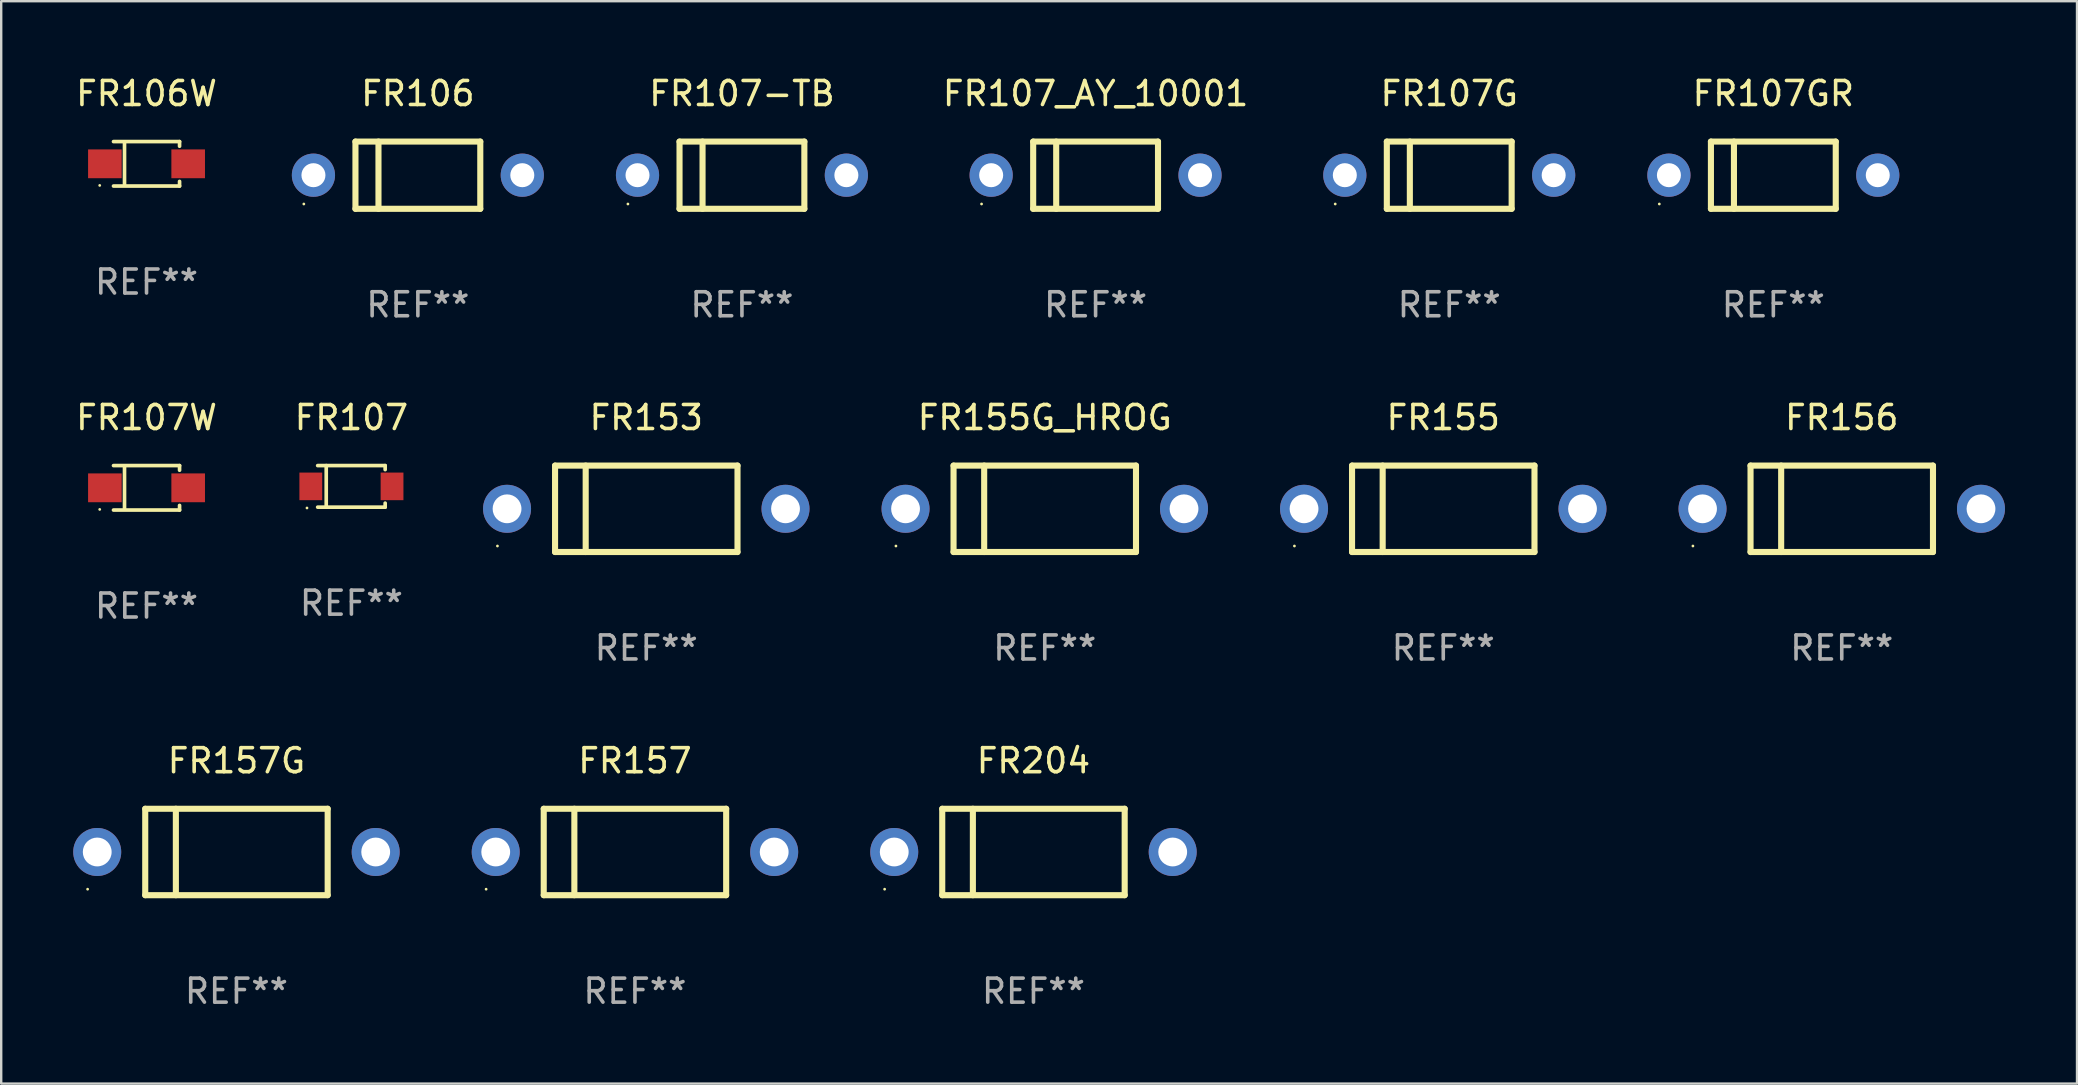
<source format=kicad_pcb>
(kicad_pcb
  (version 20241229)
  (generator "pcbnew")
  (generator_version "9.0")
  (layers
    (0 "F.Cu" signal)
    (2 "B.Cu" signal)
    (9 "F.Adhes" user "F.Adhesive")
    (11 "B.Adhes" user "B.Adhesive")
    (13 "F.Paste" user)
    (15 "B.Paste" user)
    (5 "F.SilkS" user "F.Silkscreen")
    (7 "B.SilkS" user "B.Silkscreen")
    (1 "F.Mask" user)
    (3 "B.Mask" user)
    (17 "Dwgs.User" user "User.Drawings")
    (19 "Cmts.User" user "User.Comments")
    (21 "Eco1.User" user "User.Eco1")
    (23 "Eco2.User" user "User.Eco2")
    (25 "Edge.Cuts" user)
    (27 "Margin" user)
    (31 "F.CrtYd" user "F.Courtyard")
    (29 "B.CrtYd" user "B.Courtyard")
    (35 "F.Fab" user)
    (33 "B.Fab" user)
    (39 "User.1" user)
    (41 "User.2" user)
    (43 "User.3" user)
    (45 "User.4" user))
  (footprint "FR153"
    (layer "F.Cu")
    (at 23.872 18.145)
    (property "Reference" "FR153" (at 0 -3.8 0) (layer "F.SilkS") (effects (font (size 1 1) (thickness 0.15))))
    (attr through_hole)
    (fp_line (start -3.8 -1.8) (end -3.8 1.8) (stroke (width 0.254) (type solid)) (layer "F.SilkS"))
    (fp_line (start -3.8 -1.8) (end 3.8 -1.8) (stroke (width 0.254) (type solid)) (layer "F.SilkS"))
    (fp_line (start -3.8 1.8) (end 3.8 1.8) (stroke (width 0.254) (type solid)) (layer "F.SilkS"))
    (fp_line (start -2.524 -1.8) (end -2.524 1.8) (stroke (width 0.254) (type solid)) (layer "F.SilkS"))
    (fp_line (start 3.8 -1.8) (end 3.8 1.8) (stroke (width 0.254) (type solid)) (layer "F.SilkS"))
    (fp_circle (center -6.2 1.55) (end -6.17 1.55) (stroke (width 0.06) (type solid)) (fill no) (layer "F.SilkS"))
    (fp_text user "REF**" (at 0 5.8 0) (layer "F.Fab") (effects (font (size 1 1) (thickness 0.15))))
    (pad "1" thru_hole circle (at -5.8 0) (size 2 2) (drill 1.2) (layers "*.Cu" "*.Mask"))
    (pad "2" thru_hole circle (at 5.8 0) (size 2 2) (drill 1.2) (layers "*.Cu" "*.Mask")))
  (footprint "FR107G"
    (layer "F.Cu")
    (at 57.321 4.248)
    (property "Reference" "FR107G" (at 0 -3.4 0) (layer "F.SilkS") (effects (font (size 1 1) (thickness 0.15))))
    (attr through_hole)
    (fp_line (start -2.6 -1.4) (end -2.6 1.4) (stroke (width 0.254) (type solid)) (layer "F.SilkS"))
    (fp_line (start -2.6 -1.4) (end 2.6 -1.4) (stroke (width 0.254) (type solid)) (layer "F.SilkS"))
    (fp_line (start -2.6 1.4) (end 2.6 1.4) (stroke (width 0.254) (type solid)) (layer "F.SilkS"))
    (fp_line (start -1.641 -1.4) (end -1.641 1.4) (stroke (width 0.254) (type solid)) (layer "F.SilkS"))
    (fp_line (start 2.6 -1.4) (end 2.6 1.4) (stroke (width 0.254) (type solid)) (layer "F.SilkS"))
    (fp_circle (center -4.75 1.2) (end -4.72 1.2) (stroke (width 0.06) (type solid)) (fill no) (layer "F.SilkS"))
    (fp_text user "REF**" (at 0 5.4 0) (layer "F.Fab") (effects (font (size 1 1) (thickness 0.15))))
    (pad "1" thru_hole circle (at -4.35 0) (size 1.8 1.8) (drill 1) (layers "*.Cu" "*.Mask"))
    (pad "2" thru_hole circle (at 4.35 0) (size 1.8 1.8) (drill 1) (layers "*.Cu" "*.Mask")))
  (footprint "FR107-TB"
    (layer "F.Cu")
    (at 27.857 4.248)
    (property "Reference" "FR107-TB" (at 0 -3.4 0) (layer "F.SilkS") (effects (font (size 1 1) (thickness 0.15))))
    (attr through_hole)
    (fp_line (start -2.6 -1.4) (end -2.6 1.4) (stroke (width 0.254) (type solid)) (layer "F.SilkS"))
    (fp_line (start -2.6 -1.4) (end 2.6 -1.4) (stroke (width 0.254) (type solid)) (layer "F.SilkS"))
    (fp_line (start -2.6 1.4) (end 2.6 1.4) (stroke (width 0.254) (type solid)) (layer "F.SilkS"))
    (fp_line (start -1.641 -1.4) (end -1.641 1.4) (stroke (width 0.254) (type solid)) (layer "F.SilkS"))
    (fp_line (start 2.6 -1.4) (end 2.6 1.4) (stroke (width 0.254) (type solid)) (layer "F.SilkS"))
    (fp_circle (center -4.75 1.2) (end -4.72 1.2) (stroke (width 0.06) (type solid)) (fill no) (layer "F.SilkS"))
    (fp_text user "REF**" (at 0 5.4 0) (layer "F.Fab") (effects (font (size 1 1) (thickness 0.15))))
    (pad "1" thru_hole circle (at -4.35 0) (size 1.8 1.8) (drill 1) (layers "*.Cu" "*.Mask"))
    (pad "2" thru_hole circle (at 4.35 0) (size 1.8 1.8) (drill 1) (layers "*.Cu" "*.Mask")))
  (footprint "FR157"
    (layer "F.Cu")
    (at 23.4 32.441)
    (property "Reference" "FR157" (at 0 -3.8 0) (layer "F.SilkS") (effects (font (size 1 1) (thickness 0.15))))
    (attr through_hole)
    (fp_line (start -3.8 -1.8) (end -3.8 1.8) (stroke (width 0.254) (type solid)) (layer "F.SilkS"))
    (fp_line (start -3.8 -1.8) (end 3.8 -1.8) (stroke (width 0.254) (type solid)) (layer "F.SilkS"))
    (fp_line (start -3.8 1.8) (end 3.8 1.8) (stroke (width 0.254) (type solid)) (layer "F.SilkS"))
    (fp_line (start -2.524 -1.8) (end -2.524 1.8) (stroke (width 0.254) (type solid)) (layer "F.SilkS"))
    (fp_line (start 3.8 -1.8) (end 3.8 1.8) (stroke (width 0.254) (type solid)) (layer "F.SilkS"))
    (fp_circle (center -6.2 1.55) (end -6.17 1.55) (stroke (width 0.06) (type solid)) (fill no) (layer "F.SilkS"))
    (fp_text user "REF**" (at 0 5.8 0) (layer "F.Fab") (effects (font (size 1 1) (thickness 0.15))))
    (pad "1" thru_hole circle (at -5.8 0) (size 2 2) (drill 1.2) (layers "*.Cu" "*.Mask"))
    (pad "2" thru_hole circle (at 5.8 0) (size 2 2) (drill 1.2) (layers "*.Cu" "*.Mask")))
  (footprint "FR106W"
    (layer "F.Cu")
    (at 3.054 3.774)
    (property "Reference" "FR106W" (at 0 -2.926 0) (layer "F.SilkS") (effects (font (size 1 1) (thickness 0.15))))
    (attr through_hole)
    (fp_line (start -1.376 -0.926) (end 1.376 -0.926) (stroke (width 0.152) (type solid)) (layer "F.SilkS"))
    (fp_line (start -1.376 0.926) (end 1.376 0.926) (stroke (width 0.152) (type solid)) (layer "F.SilkS"))
    (fp_line (start -0.917 -0.876) (end -0.917 0.876) (stroke (width 0.152) (type solid)) (layer "F.SilkS"))
    (fp_line (start 1.376 -0.926) (end 1.376 -0.733) (stroke (width 0.152) (type solid)) (layer "F.SilkS"))
    (fp_line (start 1.376 0.926) (end 1.376 0.733) (stroke (width 0.152) (type solid)) (layer "F.SilkS"))
    (fp_circle (center -1.95 0.9) (end -1.92 0.9) (stroke (width 0.06) (type solid)) (fill no) (layer "F.SilkS"))
    (fp_text user "REF**" (at 0 4.926 0) (layer "F.Fab") (effects (font (size 1 1) (thickness 0.15))))
    (pad "1" smd rect (at -1.735 0) (size 1.4 1.2) (layers "F.Cu" "F.Mask" "F.Paste"))
    (pad "2" smd rect (at 1.735 0) (size 1.4 1.2) (layers "F.Cu" "F.Mask" "F.Paste")))
  (footprint "FR107W"
    (layer "F.Cu")
    (at 3.054 17.271)
    (property "Reference" "FR107W" (at 0 -2.926 0) (layer "F.SilkS") (effects (font (size 1 1) (thickness 0.15))))
    (attr through_hole)
    (fp_line (start -1.376 -0.926) (end 1.376 -0.926) (stroke (width 0.152) (type solid)) (layer "F.SilkS"))
    (fp_line (start -1.376 0.926) (end 1.376 0.926) (stroke (width 0.152) (type solid)) (layer "F.SilkS"))
    (fp_line (start -0.917 -0.876) (end -0.917 0.876) (stroke (width 0.152) (type solid)) (layer "F.SilkS"))
    (fp_line (start 1.376 -0.926) (end 1.376 -0.733) (stroke (width 0.152) (type solid)) (layer "F.SilkS"))
    (fp_line (start 1.376 0.926) (end 1.376 0.733) (stroke (width 0.152) (type solid)) (layer "F.SilkS"))
    (fp_circle (center -1.95 0.9) (end -1.92 0.9) (stroke (width 0.06) (type solid)) (fill no) (layer "F.SilkS"))
    (fp_text user "REF**" (at 0 4.926 0) (layer "F.Fab") (effects (font (size 1 1) (thickness 0.15))))
    (pad "1" smd rect (at -1.735 0) (size 1.4 1.2) (layers "F.Cu" "F.Mask" "F.Paste"))
    (pad "2" smd rect (at 1.735 0) (size 1.4 1.2) (layers "F.Cu" "F.Mask" "F.Paste")))
  (footprint "FR155G_HROG"
    (layer "F.Cu")
    (at 40.472 18.145)
    (property "Reference" "FR155G_HROG" (at 0 -3.8 0) (layer "F.SilkS") (effects (font (size 1 1) (thickness 0.15))))
    (attr through_hole)
    (fp_line (start -3.8 -1.8) (end -3.8 1.8) (stroke (width 0.254) (type solid)) (layer "F.SilkS"))
    (fp_line (start -3.8 -1.8) (end 3.8 -1.8) (stroke (width 0.254) (type solid)) (layer "F.SilkS"))
    (fp_line (start -3.8 1.8) (end 3.8 1.8) (stroke (width 0.254) (type solid)) (layer "F.SilkS"))
    (fp_line (start -2.524 -1.8) (end -2.524 1.8) (stroke (width 0.254) (type solid)) (layer "F.SilkS"))
    (fp_line (start 3.8 -1.8) (end 3.8 1.8) (stroke (width 0.254) (type solid)) (layer "F.SilkS"))
    (fp_circle (center -6.2 1.55) (end -6.17 1.55) (stroke (width 0.06) (type solid)) (fill no) (layer "F.SilkS"))
    (fp_text user "REF**" (at 0 5.8 0) (layer "F.Fab") (effects (font (size 1 1) (thickness 0.15))))
    (pad "1" thru_hole circle (at -5.8 0) (size 2 2) (drill 1.2) (layers "*.Cu" "*.Mask"))
    (pad "2" thru_hole circle (at 5.8 0) (size 2 2) (drill 1.2) (layers "*.Cu" "*.Mask")))
  (footprint "FR106"
    (layer "F.Cu")
    (at 14.357 4.248)
    (property "Reference" "FR106" (at 0 -3.4 0) (layer "F.SilkS") (effects (font (size 1 1) (thickness 0.15))))
    (attr through_hole)
    (fp_line (start -2.6 -1.4) (end -2.6 1.4) (stroke (width 0.254) (type solid)) (layer "F.SilkS"))
    (fp_line (start -2.6 -1.4) (end 2.6 -1.4) (stroke (width 0.254) (type solid)) (layer "F.SilkS"))
    (fp_line (start -2.6 1.4) (end 2.6 1.4) (stroke (width 0.254) (type solid)) (layer "F.SilkS"))
    (fp_line (start -1.641 -1.4) (end -1.641 1.4) (stroke (width 0.254) (type solid)) (layer "F.SilkS"))
    (fp_line (start 2.6 -1.4) (end 2.6 1.4) (stroke (width 0.254) (type solid)) (layer "F.SilkS"))
    (fp_circle (center -4.75 1.2) (end -4.72 1.2) (stroke (width 0.06) (type solid)) (fill no) (layer "F.SilkS"))
    (fp_text user "REF**" (at 0 5.4 0) (layer "F.Fab") (effects (font (size 1 1) (thickness 0.15))))
    (pad "1" thru_hole circle (at -4.35 0) (size 1.8 1.8) (drill 1) (layers "*.Cu" "*.Mask"))
    (pad "2" thru_hole circle (at 4.35 0) (size 1.8 1.8) (drill 1) (layers "*.Cu" "*.Mask")))
  (footprint "FR157G"
    (layer "F.Cu")
    (at 6.8 32.441)
    (property "Reference" "FR157G" (at 0 -3.8 0) (layer "F.SilkS") (effects (font (size 1 1) (thickness 0.15))))
    (attr through_hole)
    (fp_line (start -3.8 -1.8) (end -3.8 1.8) (stroke (width 0.254) (type solid)) (layer "F.SilkS"))
    (fp_line (start -3.8 -1.8) (end 3.8 -1.8) (stroke (width 0.254) (type solid)) (layer "F.SilkS"))
    (fp_line (start -3.8 1.8) (end 3.8 1.8) (stroke (width 0.254) (type solid)) (layer "F.SilkS"))
    (fp_line (start -2.524 -1.8) (end -2.524 1.8) (stroke (width 0.254) (type solid)) (layer "F.SilkS"))
    (fp_line (start 3.8 -1.8) (end 3.8 1.8) (stroke (width 0.254) (type solid)) (layer "F.SilkS"))
    (fp_circle (center -6.2 1.55) (end -6.17 1.55) (stroke (width 0.06) (type solid)) (fill no) (layer "F.SilkS"))
    (fp_text user "REF**" (at 0 5.8 0) (layer "F.Fab") (effects (font (size 1 1) (thickness 0.15))))
    (pad "1" thru_hole circle (at -5.8 0) (size 2 2) (drill 1.2) (layers "*.Cu" "*.Mask"))
    (pad "2" thru_hole circle (at 5.8 0) (size 2 2) (drill 1.2) (layers "*.Cu" "*.Mask")))
  (footprint "FR204"
    (layer "F.Cu")
    (at 40.001 32.441)
    (property "Reference" "FR204" (at 0 -3.8 0) (layer "F.SilkS") (effects (font (size 1 1) (thickness 0.15))))
    (attr through_hole)
    (fp_line (start -3.8 -1.8) (end -3.8 1.8) (stroke (width 0.254) (type solid)) (layer "F.SilkS"))
    (fp_line (start -3.8 -1.8) (end 3.8 -1.8) (stroke (width 0.254) (type solid)) (layer "F.SilkS"))
    (fp_line (start -3.8 1.8) (end 3.8 1.8) (stroke (width 0.254) (type solid)) (layer "F.SilkS"))
    (fp_line (start -2.524 -1.8) (end -2.524 1.8) (stroke (width 0.254) (type solid)) (layer "F.SilkS"))
    (fp_line (start 3.8 -1.8) (end 3.8 1.8) (stroke (width 0.254) (type solid)) (layer "F.SilkS"))
    (fp_circle (center -6.2 1.55) (end -6.17 1.55) (stroke (width 0.06) (type solid)) (fill no) (layer "F.SilkS"))
    (fp_text user "REF**" (at 0 5.8 0) (layer "F.Fab") (effects (font (size 1 1) (thickness 0.15))))
    (pad "1" thru_hole circle (at -5.8 0) (size 2 2) (drill 1.2) (layers "*.Cu" "*.Mask"))
    (pad "2" thru_hole circle (at 5.8 0) (size 2 2) (drill 1.2) (layers "*.Cu" "*.Mask")))
  (footprint "FR107_AY_10001"
    (layer "F.Cu")
    (at 42.589 4.248)
    (property "Reference" "FR107_AY_10001" (at 0 -3.4 0) (layer "F.SilkS") (effects (font (size 1 1) (thickness 0.15))))
    (attr through_hole)
    (fp_line (start -2.6 -1.4) (end -2.6 1.4) (stroke (width 0.254) (type solid)) (layer "F.SilkS"))
    (fp_line (start -2.6 -1.4) (end 2.6 -1.4) (stroke (width 0.254) (type solid)) (layer "F.SilkS"))
    (fp_line (start -2.6 1.4) (end 2.6 1.4) (stroke (width 0.254) (type solid)) (layer "F.SilkS"))
    (fp_line (start -1.641 -1.4) (end -1.641 1.4) (stroke (width 0.254) (type solid)) (layer "F.SilkS"))
    (fp_line (start 2.6 -1.4) (end 2.6 1.4) (stroke (width 0.254) (type solid)) (layer "F.SilkS"))
    (fp_circle (center -4.75 1.2) (end -4.72 1.2) (stroke (width 0.06) (type solid)) (fill no) (layer "F.SilkS"))
    (fp_text user "REF**" (at 0 5.4 0) (layer "F.Fab") (effects (font (size 1 1) (thickness 0.15))))
    (pad "1" thru_hole circle (at -4.35 0) (size 1.8 1.8) (drill 1) (layers "*.Cu" "*.Mask"))
    (pad "2" thru_hole circle (at 4.35 0) (size 1.8 1.8) (drill 1) (layers "*.Cu" "*.Mask")))
  (footprint "FR107GR"
    (layer "F.Cu")
    (at 70.822 4.248)
    (property "Reference" "FR107GR" (at 0 -3.4 0) (layer "F.SilkS") (effects (font (size 1 1) (thickness 0.15))))
    (attr through_hole)
    (fp_line (start -2.6 -1.4) (end -2.6 1.4) (stroke (width 0.254) (type solid)) (layer "F.SilkS"))
    (fp_line (start -2.6 -1.4) (end 2.6 -1.4) (stroke (width 0.254) (type solid)) (layer "F.SilkS"))
    (fp_line (start -2.6 1.4) (end 2.6 1.4) (stroke (width 0.254) (type solid)) (layer "F.SilkS"))
    (fp_line (start -1.641 -1.4) (end -1.641 1.4) (stroke (width 0.254) (type solid)) (layer "F.SilkS"))
    (fp_line (start 2.6 -1.4) (end 2.6 1.4) (stroke (width 0.254) (type solid)) (layer "F.SilkS"))
    (fp_circle (center -4.75 1.2) (end -4.72 1.2) (stroke (width 0.06) (type solid)) (fill no) (layer "F.SilkS"))
    (fp_text user "REF**" (at 0 5.4 0) (layer "F.Fab") (effects (font (size 1 1) (thickness 0.15))))
    (pad "1" thru_hole circle (at -4.35 0) (size 1.8 1.8) (drill 1) (layers "*.Cu" "*.Mask"))
    (pad "2" thru_hole circle (at 4.35 0) (size 1.8 1.8) (drill 1) (layers "*.Cu" "*.Mask")))
  (footprint "FR107"
    (layer "F.Cu")
    (at 11.589 17.211)
    (property "Reference" "FR107" (at 0 -2.866 0) (layer "F.SilkS") (effects (font (size 1 1) (thickness 0.15))))
    (attr through_hole)
    (fp_line (start -1.406 -0.866) (end 1.406 -0.866) (stroke (width 0.152) (type solid)) (layer "F.SilkS"))
    (fp_line (start -1.406 0.866) (end 1.406 0.866) (stroke (width 0.152) (type solid)) (layer "F.SilkS"))
    (fp_line (start -1.049 -0.866) (end -1.049 0.866) (stroke (width 0.152) (type solid)) (layer "F.SilkS"))
    (fp_line (start 1.406 -0.866) (end 1.406 -0.698) (stroke (width 0.152) (type solid)) (layer "F.SilkS"))
    (fp_line (start 1.406 0.866) (end 1.406 0.698) (stroke (width 0.152) (type solid)) (layer "F.SilkS"))
    (fp_circle (center -1.851 0.9) (end -1.821 0.9) (stroke (width 0.06) (type solid)) (fill no) (layer "F.SilkS"))
    (fp_text user "REF**" (at 0 4.866 0) (layer "F.Fab") (effects (font (size 1 1) (thickness 0.15))))
    (pad "1" smd rect (at -1.692 0) (size 0.95 1.15) (layers "F.Cu" "F.Mask" "F.Paste"))
    (pad "2" smd rect (at 1.692 0) (size 0.95 1.15) (layers "F.Cu" "F.Mask" "F.Paste")))
  (footprint "FR155"
    (layer "F.Cu")
    (at 57.072 18.145)
    (property "Reference" "FR155" (at 0 -3.8 0) (layer "F.SilkS") (effects (font (size 1 1) (thickness 0.15))))
    (attr through_hole)
    (fp_line (start -3.8 -1.8) (end -3.8 1.8) (stroke (width 0.254) (type solid)) (layer "F.SilkS"))
    (fp_line (start -3.8 -1.8) (end 3.8 -1.8) (stroke (width 0.254) (type solid)) (layer "F.SilkS"))
    (fp_line (start -3.8 1.8) (end 3.8 1.8) (stroke (width 0.254) (type solid)) (layer "F.SilkS"))
    (fp_line (start -2.524 -1.8) (end -2.524 1.8) (stroke (width 0.254) (type solid)) (layer "F.SilkS"))
    (fp_line (start 3.8 -1.8) (end 3.8 1.8) (stroke (width 0.254) (type solid)) (layer "F.SilkS"))
    (fp_circle (center -6.2 1.55) (end -6.17 1.55) (stroke (width 0.06) (type solid)) (fill no) (layer "F.SilkS"))
    (fp_text user "REF**" (at 0 5.8 0) (layer "F.Fab") (effects (font (size 1 1) (thickness 0.15))))
    (pad "1" thru_hole circle (at -5.8 0) (size 2 2) (drill 1.2) (layers "*.Cu" "*.Mask"))
    (pad "2" thru_hole circle (at 5.8 0) (size 2 2) (drill 1.2) (layers "*.Cu" "*.Mask")))
  (footprint "FR156"
    (layer "F.Cu")
    (at 73.672 18.145)
    (property "Reference" "FR156" (at 0 -3.8 0) (layer "F.SilkS") (effects (font (size 1 1) (thickness 0.15))))
    (attr through_hole)
    (fp_line (start -3.8 -1.8) (end -3.8 1.8) (stroke (width 0.254) (type solid)) (layer "F.SilkS"))
    (fp_line (start -3.8 -1.8) (end 3.8 -1.8) (stroke (width 0.254) (type solid)) (layer "F.SilkS"))
    (fp_line (start -3.8 1.8) (end 3.8 1.8) (stroke (width 0.254) (type solid)) (layer "F.SilkS"))
    (fp_line (start -2.524 -1.8) (end -2.524 1.8) (stroke (width 0.254) (type solid)) (layer "F.SilkS"))
    (fp_line (start 3.8 -1.8) (end 3.8 1.8) (stroke (width 0.254) (type solid)) (layer "F.SilkS"))
    (fp_circle (center -6.2 1.55) (end -6.17 1.55) (stroke (width 0.06) (type solid)) (fill no) (layer "F.SilkS"))
    (fp_text user "REF**" (at 0 5.8 0) (layer "F.Fab") (effects (font (size 1 1) (thickness 0.15))))
    (pad "1" thru_hole circle (at -5.8 0) (size 2 2) (drill 1.2) (layers "*.Cu" "*.Mask"))
    (pad "2" thru_hole circle (at 5.8 0) (size 2 2) (drill 1.2) (layers "*.Cu" "*.Mask")))
  (gr_rect
    (start -3 -3)
    (end 83.472 42.09)
    (stroke (width 0.1) (type default))
    (fill no)
    (layer "Edge.Cuts")))
</source>
